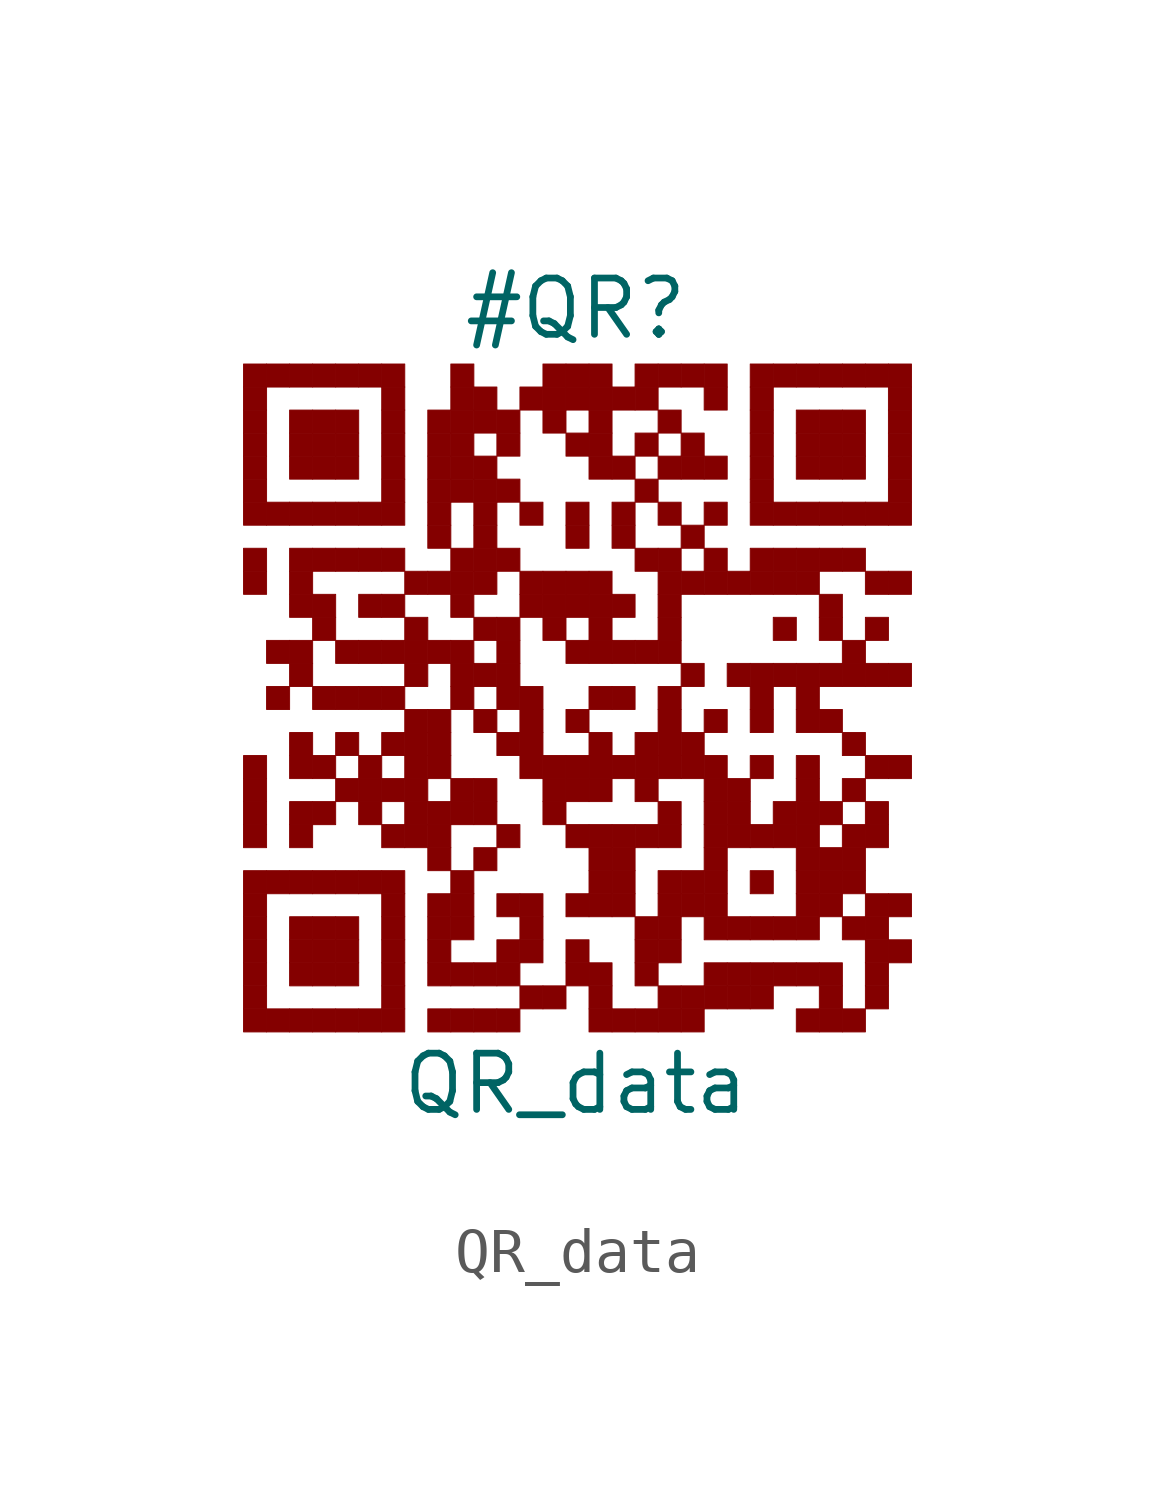
<source format=kicad_sym>
(kicad_symbol_lib
  (version 20211014)
  (generator kibot)
  (symbol "QR_data"
    (pin_numbers hide)
    (pin_names hide)
    (property "Reference" "#QR"
      (at 0 8.75 0)
      (effects (font (size 1.27 1.27))))
    (property "Value" "QR_data"
      (at 0 -8.75 0)
      (effects (font (size 1.27 1.27))))
    (rectangle
      (start -7.5 7.5)
      (end -6.98 6.98)
      (stroke (width 0.001) (type default))
      (fill (type outline)))
    (rectangle
      (start -6.98 7.5)
      (end -6.46 6.98)
      (stroke (width 0.001) (type default))
      (fill (type outline)))
    (rectangle
      (start -6.46 7.5)
      (end -5.94 6.98)
      (stroke (width 0.001) (type default))
      (fill (type outline)))
    (rectangle
      (start -5.94 7.5)
      (end -5.42 6.98)
      (stroke (width 0.001) (type default))
      (fill (type outline)))
    (rectangle
      (start -5.42 7.5)
      (end -4.9 6.98)
      (stroke (width 0.001) (type default))
      (fill (type outline)))
    (rectangle
      (start -4.9 7.5)
      (end -4.38 6.98)
      (stroke (width 0.001) (type default))
      (fill (type outline)))
    (rectangle
      (start -4.38 7.5)
      (end -3.86 6.98)
      (stroke (width 0.001) (type default))
      (fill (type outline)))
    (rectangle
      (start -2.82 7.5)
      (end -2.3 6.98)
      (stroke (width 0.001) (type default))
      (fill (type outline)))
    (rectangle
      (start -0.74 7.5)
      (end -0.22 6.98)
      (stroke (width 0.001) (type default))
      (fill (type outline)))
    (rectangle
      (start -0.22 7.5)
      (end 0.3 6.98)
      (stroke (width 0.001) (type default))
      (fill (type outline)))
    (rectangle
      (start 0.3 7.5)
      (end 0.82 6.98)
      (stroke (width 0.001) (type default))
      (fill (type outline)))
    (rectangle
      (start 1.34 7.5)
      (end 1.86 6.98)
      (stroke (width 0.001) (type default))
      (fill (type outline)))
    (rectangle
      (start 1.86 7.5)
      (end 2.38 6.98)
      (stroke (width 0.001) (type default))
      (fill (type outline)))
    (rectangle
      (start 2.38 7.5)
      (end 2.9 6.98)
      (stroke (width 0.001) (type default))
      (fill (type outline)))
    (rectangle
      (start 2.9 7.5)
      (end 3.42 6.98)
      (stroke (width 0.001) (type default))
      (fill (type outline)))
    (rectangle
      (start 3.94 7.5)
      (end 4.46 6.98)
      (stroke (width 0.001) (type default))
      (fill (type outline)))
    (rectangle
      (start 4.46 7.5)
      (end 4.98 6.98)
      (stroke (width 0.001) (type default))
      (fill (type outline)))
    (rectangle
      (start 4.98 7.5)
      (end 5.5 6.98)
      (stroke (width 0.001) (type default))
      (fill (type outline)))
    (rectangle
      (start 5.5 7.5)
      (end 6.02 6.98)
      (stroke (width 0.001) (type default))
      (fill (type outline)))
    (rectangle
      (start 6.02 7.5)
      (end 6.54 6.98)
      (stroke (width 0.001) (type default))
      (fill (type outline)))
    (rectangle
      (start 6.54 7.5)
      (end 7.06 6.98)
      (stroke (width 0.001) (type default))
      (fill (type outline)))
    (rectangle
      (start 7.06 7.5)
      (end 7.58 6.98)
      (stroke (width 0.001) (type default))
      (fill (type outline)))
    (rectangle
      (start -7.5 6.98)
      (end -6.98 6.46)
      (stroke (width 0.001) (type default))
      (fill (type outline)))
    (rectangle
      (start -4.38 6.98)
      (end -3.86 6.46)
      (stroke (width 0.001) (type default))
      (fill (type outline)))
    (rectangle
      (start -2.82 6.98)
      (end -2.3 6.46)
      (stroke (width 0.001) (type default))
      (fill (type outline)))
    (rectangle
      (start -2.3 6.98)
      (end -1.78 6.46)
      (stroke (width 0.001) (type default))
      (fill (type outline)))
    (rectangle
      (start -1.26 6.98)
      (end -0.74 6.46)
      (stroke (width 0.001) (type default))
      (fill (type outline)))
    (rectangle
      (start -0.74 6.98)
      (end -0.22 6.46)
      (stroke (width 0.001) (type default))
      (fill (type outline)))
    (rectangle
      (start -0.22 6.98)
      (end 0.3 6.46)
      (stroke (width 0.001) (type default))
      (fill (type outline)))
    (rectangle
      (start 0.3 6.98)
      (end 0.82 6.46)
      (stroke (width 0.001) (type default))
      (fill (type outline)))
    (rectangle
      (start 0.82 6.98)
      (end 1.34 6.46)
      (stroke (width 0.001) (type default))
      (fill (type outline)))
    (rectangle
      (start 1.34 6.98)
      (end 1.86 6.46)
      (stroke (width 0.001) (type default))
      (fill (type outline)))
    (rectangle
      (start 2.9 6.98)
      (end 3.42 6.46)
      (stroke (width 0.001) (type default))
      (fill (type outline)))
    (rectangle
      (start 3.94 6.98)
      (end 4.46 6.46)
      (stroke (width 0.001) (type default))
      (fill (type outline)))
    (rectangle
      (start 7.06 6.98)
      (end 7.58 6.46)
      (stroke (width 0.001) (type default))
      (fill (type outline)))
    (rectangle
      (start -7.5 6.46)
      (end -6.98 5.94)
      (stroke (width 0.001) (type default))
      (fill (type outline)))
    (rectangle
      (start -6.46 6.46)
      (end -5.94 5.94)
      (stroke (width 0.001) (type default))
      (fill (type outline)))
    (rectangle
      (start -5.94 6.46)
      (end -5.42 5.94)
      (stroke (width 0.001) (type default))
      (fill (type outline)))
    (rectangle
      (start -5.42 6.46)
      (end -4.9 5.94)
      (stroke (width 0.001) (type default))
      (fill (type outline)))
    (rectangle
      (start -4.38 6.46)
      (end -3.86 5.94)
      (stroke (width 0.001) (type default))
      (fill (type outline)))
    (rectangle
      (start -3.34 6.46)
      (end -2.82 5.94)
      (stroke (width 0.001) (type default))
      (fill (type outline)))
    (rectangle
      (start -2.82 6.46)
      (end -2.3 5.94)
      (stroke (width 0.001) (type default))
      (fill (type outline)))
    (rectangle
      (start -2.3 6.46)
      (end -1.78 5.94)
      (stroke (width 0.001) (type default))
      (fill (type outline)))
    (rectangle
      (start -1.78 6.46)
      (end -1.26 5.94)
      (stroke (width 0.001) (type default))
      (fill (type outline)))
    (rectangle
      (start -0.74 6.46)
      (end -0.22 5.94)
      (stroke (width 0.001) (type default))
      (fill (type outline)))
    (rectangle
      (start 0.3 6.46)
      (end 0.82 5.94)
      (stroke (width 0.001) (type default))
      (fill (type outline)))
    (rectangle
      (start 1.86 6.46)
      (end 2.38 5.94)
      (stroke (width 0.001) (type default))
      (fill (type outline)))
    (rectangle
      (start 3.94 6.46)
      (end 4.46 5.94)
      (stroke (width 0.001) (type default))
      (fill (type outline)))
    (rectangle
      (start 4.98 6.46)
      (end 5.5 5.94)
      (stroke (width 0.001) (type default))
      (fill (type outline)))
    (rectangle
      (start 5.5 6.46)
      (end 6.02 5.94)
      (stroke (width 0.001) (type default))
      (fill (type outline)))
    (rectangle
      (start 6.02 6.46)
      (end 6.54 5.94)
      (stroke (width 0.001) (type default))
      (fill (type outline)))
    (rectangle
      (start 7.06 6.46)
      (end 7.58 5.94)
      (stroke (width 0.001) (type default))
      (fill (type outline)))
    (rectangle
      (start -7.5 5.94)
      (end -6.98 5.42)
      (stroke (width 0.001) (type default))
      (fill (type outline)))
    (rectangle
      (start -6.46 5.94)
      (end -5.94 5.42)
      (stroke (width 0.001) (type default))
      (fill (type outline)))
    (rectangle
      (start -5.94 5.94)
      (end -5.42 5.42)
      (stroke (width 0.001) (type default))
      (fill (type outline)))
    (rectangle
      (start -5.42 5.94)
      (end -4.9 5.42)
      (stroke (width 0.001) (type default))
      (fill (type outline)))
    (rectangle
      (start -4.38 5.94)
      (end -3.86 5.42)
      (stroke (width 0.001) (type default))
      (fill (type outline)))
    (rectangle
      (start -3.34 5.94)
      (end -2.82 5.42)
      (stroke (width 0.001) (type default))
      (fill (type outline)))
    (rectangle
      (start -2.82 5.94)
      (end -2.3 5.42)
      (stroke (width 0.001) (type default))
      (fill (type outline)))
    (rectangle
      (start -1.78 5.94)
      (end -1.26 5.42)
      (stroke (width 0.001) (type default))
      (fill (type outline)))
    (rectangle
      (start -0.22 5.94)
      (end 0.3 5.42)
      (stroke (width 0.001) (type default))
      (fill (type outline)))
    (rectangle
      (start 0.3 5.94)
      (end 0.82 5.42)
      (stroke (width 0.001) (type default))
      (fill (type outline)))
    (rectangle
      (start 1.34 5.94)
      (end 1.86 5.42)
      (stroke (width 0.001) (type default))
      (fill (type outline)))
    (rectangle
      (start 2.38 5.94)
      (end 2.9 5.42)
      (stroke (width 0.001) (type default))
      (fill (type outline)))
    (rectangle
      (start 3.94 5.94)
      (end 4.46 5.42)
      (stroke (width 0.001) (type default))
      (fill (type outline)))
    (rectangle
      (start 4.98 5.94)
      (end 5.5 5.42)
      (stroke (width 0.001) (type default))
      (fill (type outline)))
    (rectangle
      (start 5.5 5.94)
      (end 6.02 5.42)
      (stroke (width 0.001) (type default))
      (fill (type outline)))
    (rectangle
      (start 6.02 5.94)
      (end 6.54 5.42)
      (stroke (width 0.001) (type default))
      (fill (type outline)))
    (rectangle
      (start 7.06 5.94)
      (end 7.58 5.42)
      (stroke (width 0.001) (type default))
      (fill (type outline)))
    (rectangle
      (start -7.5 5.42)
      (end -6.98 4.9)
      (stroke (width 0.001) (type default))
      (fill (type outline)))
    (rectangle
      (start -6.46 5.42)
      (end -5.94 4.9)
      (stroke (width 0.001) (type default))
      (fill (type outline)))
    (rectangle
      (start -5.94 5.42)
      (end -5.42 4.9)
      (stroke (width 0.001) (type default))
      (fill (type outline)))
    (rectangle
      (start -5.42 5.42)
      (end -4.9 4.9)
      (stroke (width 0.001) (type default))
      (fill (type outline)))
    (rectangle
      (start -4.38 5.42)
      (end -3.86 4.9)
      (stroke (width 0.001) (type default))
      (fill (type outline)))
    (rectangle
      (start -3.34 5.42)
      (end -2.82 4.9)
      (stroke (width 0.001) (type default))
      (fill (type outline)))
    (rectangle
      (start -2.82 5.42)
      (end -2.3 4.9)
      (stroke (width 0.001) (type default))
      (fill (type outline)))
    (rectangle
      (start -2.3 5.42)
      (end -1.78 4.9)
      (stroke (width 0.001) (type default))
      (fill (type outline)))
    (rectangle
      (start 0.3 5.42)
      (end 0.82 4.9)
      (stroke (width 0.001) (type default))
      (fill (type outline)))
    (rectangle
      (start 0.82 5.42)
      (end 1.34 4.9)
      (stroke (width 0.001) (type default))
      (fill (type outline)))
    (rectangle
      (start 1.86 5.42)
      (end 2.38 4.9)
      (stroke (width 0.001) (type default))
      (fill (type outline)))
    (rectangle
      (start 2.38 5.42)
      (end 2.9 4.9)
      (stroke (width 0.001) (type default))
      (fill (type outline)))
    (rectangle
      (start 2.9 5.42)
      (end 3.42 4.9)
      (stroke (width 0.001) (type default))
      (fill (type outline)))
    (rectangle
      (start 3.94 5.42)
      (end 4.46 4.9)
      (stroke (width 0.001) (type default))
      (fill (type outline)))
    (rectangle
      (start 4.98 5.42)
      (end 5.5 4.9)
      (stroke (width 0.001) (type default))
      (fill (type outline)))
    (rectangle
      (start 5.5 5.42)
      (end 6.02 4.9)
      (stroke (width 0.001) (type default))
      (fill (type outline)))
    (rectangle
      (start 6.02 5.42)
      (end 6.54 4.9)
      (stroke (width 0.001) (type default))
      (fill (type outline)))
    (rectangle
      (start 7.06 5.42)
      (end 7.58 4.9)
      (stroke (width 0.001) (type default))
      (fill (type outline)))
    (rectangle
      (start -7.5 4.9)
      (end -6.98 4.38)
      (stroke (width 0.001) (type default))
      (fill (type outline)))
    (rectangle
      (start -4.38 4.9)
      (end -3.86 4.38)
      (stroke (width 0.001) (type default))
      (fill (type outline)))
    (rectangle
      (start -3.34 4.9)
      (end -2.82 4.38)
      (stroke (width 0.001) (type default))
      (fill (type outline)))
    (rectangle
      (start -2.82 4.9)
      (end -2.3 4.38)
      (stroke (width 0.001) (type default))
      (fill (type outline)))
    (rectangle
      (start -2.3 4.9)
      (end -1.78 4.38)
      (stroke (width 0.001) (type default))
      (fill (type outline)))
    (rectangle
      (start -1.78 4.9)
      (end -1.26 4.38)
      (stroke (width 0.001) (type default))
      (fill (type outline)))
    (rectangle
      (start 1.34 4.9)
      (end 1.86 4.38)
      (stroke (width 0.001) (type default))
      (fill (type outline)))
    (rectangle
      (start 3.94 4.9)
      (end 4.46 4.38)
      (stroke (width 0.001) (type default))
      (fill (type outline)))
    (rectangle
      (start 7.06 4.9)
      (end 7.58 4.38)
      (stroke (width 0.001) (type default))
      (fill (type outline)))
    (rectangle
      (start -7.5 4.38)
      (end -6.98 3.86)
      (stroke (width 0.001) (type default))
      (fill (type outline)))
    (rectangle
      (start -6.98 4.38)
      (end -6.46 3.86)
      (stroke (width 0.001) (type default))
      (fill (type outline)))
    (rectangle
      (start -6.46 4.38)
      (end -5.94 3.86)
      (stroke (width 0.001) (type default))
      (fill (type outline)))
    (rectangle
      (start -5.94 4.38)
      (end -5.42 3.86)
      (stroke (width 0.001) (type default))
      (fill (type outline)))
    (rectangle
      (start -5.42 4.38)
      (end -4.9 3.86)
      (stroke (width 0.001) (type default))
      (fill (type outline)))
    (rectangle
      (start -4.9 4.38)
      (end -4.38 3.86)
      (stroke (width 0.001) (type default))
      (fill (type outline)))
    (rectangle
      (start -4.38 4.38)
      (end -3.86 3.86)
      (stroke (width 0.001) (type default))
      (fill (type outline)))
    (rectangle
      (start -3.34 4.38)
      (end -2.82 3.86)
      (stroke (width 0.001) (type default))
      (fill (type outline)))
    (rectangle
      (start -2.3 4.38)
      (end -1.78 3.86)
      (stroke (width 0.001) (type default))
      (fill (type outline)))
    (rectangle
      (start -1.26 4.38)
      (end -0.74 3.86)
      (stroke (width 0.001) (type default))
      (fill (type outline)))
    (rectangle
      (start -0.22 4.38)
      (end 0.3 3.86)
      (stroke (width 0.001) (type default))
      (fill (type outline)))
    (rectangle
      (start 0.82 4.38)
      (end 1.34 3.86)
      (stroke (width 0.001) (type default))
      (fill (type outline)))
    (rectangle
      (start 1.86 4.38)
      (end 2.38 3.86)
      (stroke (width 0.001) (type default))
      (fill (type outline)))
    (rectangle
      (start 2.9 4.38)
      (end 3.42 3.86)
      (stroke (width 0.001) (type default))
      (fill (type outline)))
    (rectangle
      (start 3.94 4.38)
      (end 4.46 3.86)
      (stroke (width 0.001) (type default))
      (fill (type outline)))
    (rectangle
      (start 4.46 4.38)
      (end 4.98 3.86)
      (stroke (width 0.001) (type default))
      (fill (type outline)))
    (rectangle
      (start 4.98 4.38)
      (end 5.5 3.86)
      (stroke (width 0.001) (type default))
      (fill (type outline)))
    (rectangle
      (start 5.5 4.38)
      (end 6.02 3.86)
      (stroke (width 0.001) (type default))
      (fill (type outline)))
    (rectangle
      (start 6.02 4.38)
      (end 6.54 3.86)
      (stroke (width 0.001) (type default))
      (fill (type outline)))
    (rectangle
      (start 6.54 4.38)
      (end 7.06 3.86)
      (stroke (width 0.001) (type default))
      (fill (type outline)))
    (rectangle
      (start 7.06 4.38)
      (end 7.58 3.86)
      (stroke (width 0.001) (type default))
      (fill (type outline)))
    (rectangle
      (start -3.34 3.86)
      (end -2.82 3.34)
      (stroke (width 0.001) (type default))
      (fill (type outline)))
    (rectangle
      (start -2.3 3.86)
      (end -1.78 3.34)
      (stroke (width 0.001) (type default))
      (fill (type outline)))
    (rectangle
      (start -0.22 3.86)
      (end 0.3 3.34)
      (stroke (width 0.001) (type default))
      (fill (type outline)))
    (rectangle
      (start 0.82 3.86)
      (end 1.34 3.34)
      (stroke (width 0.001) (type default))
      (fill (type outline)))
    (rectangle
      (start 2.38 3.86)
      (end 2.9 3.34)
      (stroke (width 0.001) (type default))
      (fill (type outline)))
    (rectangle
      (start -7.5 3.34)
      (end -6.98 2.82)
      (stroke (width 0.001) (type default))
      (fill (type outline)))
    (rectangle
      (start -6.46 3.34)
      (end -5.94 2.82)
      (stroke (width 0.001) (type default))
      (fill (type outline)))
    (rectangle
      (start -5.94 3.34)
      (end -5.42 2.82)
      (stroke (width 0.001) (type default))
      (fill (type outline)))
    (rectangle
      (start -5.42 3.34)
      (end -4.9 2.82)
      (stroke (width 0.001) (type default))
      (fill (type outline)))
    (rectangle
      (start -4.9 3.34)
      (end -4.38 2.82)
      (stroke (width 0.001) (type default))
      (fill (type outline)))
    (rectangle
      (start -4.38 3.34)
      (end -3.86 2.82)
      (stroke (width 0.001) (type default))
      (fill (type outline)))
    (rectangle
      (start -2.82 3.34)
      (end -2.3 2.82)
      (stroke (width 0.001) (type default))
      (fill (type outline)))
    (rectangle
      (start -2.3 3.34)
      (end -1.78 2.82)
      (stroke (width 0.001) (type default))
      (fill (type outline)))
    (rectangle
      (start -1.78 3.34)
      (end -1.26 2.82)
      (stroke (width 0.001) (type default))
      (fill (type outline)))
    (rectangle
      (start 1.34 3.34)
      (end 1.86 2.82)
      (stroke (width 0.001) (type default))
      (fill (type outline)))
    (rectangle
      (start 1.86 3.34)
      (end 2.38 2.82)
      (stroke (width 0.001) (type default))
      (fill (type outline)))
    (rectangle
      (start 2.9 3.34)
      (end 3.42 2.82)
      (stroke (width 0.001) (type default))
      (fill (type outline)))
    (rectangle
      (start 3.94 3.34)
      (end 4.46 2.82)
      (stroke (width 0.001) (type default))
      (fill (type outline)))
    (rectangle
      (start 4.46 3.34)
      (end 4.98 2.82)
      (stroke (width 0.001) (type default))
      (fill (type outline)))
    (rectangle
      (start 4.98 3.34)
      (end 5.5 2.82)
      (stroke (width 0.001) (type default))
      (fill (type outline)))
    (rectangle
      (start 5.5 3.34)
      (end 6.02 2.82)
      (stroke (width 0.001) (type default))
      (fill (type outline)))
    (rectangle
      (start 6.02 3.34)
      (end 6.54 2.82)
      (stroke (width 0.001) (type default))
      (fill (type outline)))
    (rectangle
      (start -7.5 2.82)
      (end -6.98 2.3)
      (stroke (width 0.001) (type default))
      (fill (type outline)))
    (rectangle
      (start -6.46 2.82)
      (end -5.94 2.3)
      (stroke (width 0.001) (type default))
      (fill (type outline)))
    (rectangle
      (start -3.86 2.82)
      (end -3.34 2.3)
      (stroke (width 0.001) (type default))
      (fill (type outline)))
    (rectangle
      (start -3.34 2.82)
      (end -2.82 2.3)
      (stroke (width 0.001) (type default))
      (fill (type outline)))
    (rectangle
      (start -2.82 2.82)
      (end -2.3 2.3)
      (stroke (width 0.001) (type default))
      (fill (type outline)))
    (rectangle
      (start -2.3 2.82)
      (end -1.78 2.3)
      (stroke (width 0.001) (type default))
      (fill (type outline)))
    (rectangle
      (start -1.26 2.82)
      (end -0.74 2.3)
      (stroke (width 0.001) (type default))
      (fill (type outline)))
    (rectangle
      (start -0.74 2.82)
      (end -0.22 2.3)
      (stroke (width 0.001) (type default))
      (fill (type outline)))
    (rectangle
      (start -0.22 2.82)
      (end 0.3 2.3)
      (stroke (width 0.001) (type default))
      (fill (type outline)))
    (rectangle
      (start 0.3 2.82)
      (end 0.82 2.3)
      (stroke (width 0.001) (type default))
      (fill (type outline)))
    (rectangle
      (start 1.86 2.82)
      (end 2.38 2.3)
      (stroke (width 0.001) (type default))
      (fill (type outline)))
    (rectangle
      (start 2.38 2.82)
      (end 2.9 2.3)
      (stroke (width 0.001) (type default))
      (fill (type outline)))
    (rectangle
      (start 2.9 2.82)
      (end 3.42 2.3)
      (stroke (width 0.001) (type default))
      (fill (type outline)))
    (rectangle
      (start 3.42 2.82)
      (end 3.94 2.3)
      (stroke (width 0.001) (type default))
      (fill (type outline)))
    (rectangle
      (start 3.94 2.82)
      (end 4.46 2.3)
      (stroke (width 0.001) (type default))
      (fill (type outline)))
    (rectangle
      (start 4.46 2.82)
      (end 4.98 2.3)
      (stroke (width 0.001) (type default))
      (fill (type outline)))
    (rectangle
      (start 4.98 2.82)
      (end 5.5 2.3)
      (stroke (width 0.001) (type default))
      (fill (type outline)))
    (rectangle
      (start 6.54 2.82)
      (end 7.06 2.3)
      (stroke (width 0.001) (type default))
      (fill (type outline)))
    (rectangle
      (start 7.06 2.82)
      (end 7.58 2.3)
      (stroke (width 0.001) (type default))
      (fill (type outline)))
    (rectangle
      (start -6.46 2.3)
      (end -5.94 1.78)
      (stroke (width 0.001) (type default))
      (fill (type outline)))
    (rectangle
      (start -5.94 2.3)
      (end -5.42 1.78)
      (stroke (width 0.001) (type default))
      (fill (type outline)))
    (rectangle
      (start -4.9 2.3)
      (end -4.38 1.78)
      (stroke (width 0.001) (type default))
      (fill (type outline)))
    (rectangle
      (start -4.38 2.3)
      (end -3.86 1.78)
      (stroke (width 0.001) (type default))
      (fill (type outline)))
    (rectangle
      (start -2.82 2.3)
      (end -2.3 1.78)
      (stroke (width 0.001) (type default))
      (fill (type outline)))
    (rectangle
      (start -1.26 2.3)
      (end -0.74 1.78)
      (stroke (width 0.001) (type default))
      (fill (type outline)))
    (rectangle
      (start -0.74 2.3)
      (end -0.22 1.78)
      (stroke (width 0.001) (type default))
      (fill (type outline)))
    (rectangle
      (start -0.22 2.3)
      (end 0.3 1.78)
      (stroke (width 0.001) (type default))
      (fill (type outline)))
    (rectangle
      (start 0.3 2.3)
      (end 0.82 1.78)
      (stroke (width 0.001) (type default))
      (fill (type outline)))
    (rectangle
      (start 0.82 2.3)
      (end 1.34 1.78)
      (stroke (width 0.001) (type default))
      (fill (type outline)))
    (rectangle
      (start 1.86 2.3)
      (end 2.38 1.78)
      (stroke (width 0.001) (type default))
      (fill (type outline)))
    (rectangle
      (start 5.5 2.3)
      (end 6.02 1.78)
      (stroke (width 0.001) (type default))
      (fill (type outline)))
    (rectangle
      (start -5.94 1.78)
      (end -5.42 1.26)
      (stroke (width 0.001) (type default))
      (fill (type outline)))
    (rectangle
      (start -3.86 1.78)
      (end -3.34 1.26)
      (stroke (width 0.001) (type default))
      (fill (type outline)))
    (rectangle
      (start -2.3 1.78)
      (end -1.78 1.26)
      (stroke (width 0.001) (type default))
      (fill (type outline)))
    (rectangle
      (start -1.78 1.78)
      (end -1.26 1.26)
      (stroke (width 0.001) (type default))
      (fill (type outline)))
    (rectangle
      (start -0.74 1.78)
      (end -0.22 1.26)
      (stroke (width 0.001) (type default))
      (fill (type outline)))
    (rectangle
      (start 0.3 1.78)
      (end 0.82 1.26)
      (stroke (width 0.001) (type default))
      (fill (type outline)))
    (rectangle
      (start 1.86 1.78)
      (end 2.38 1.26)
      (stroke (width 0.001) (type default))
      (fill (type outline)))
    (rectangle
      (start 4.46 1.78)
      (end 4.98 1.26)
      (stroke (width 0.001) (type default))
      (fill (type outline)))
    (rectangle
      (start 5.5 1.78)
      (end 6.02 1.26)
      (stroke (width 0.001) (type default))
      (fill (type outline)))
    (rectangle
      (start 6.54 1.78)
      (end 7.06 1.26)
      (stroke (width 0.001) (type default))
      (fill (type outline)))
    (rectangle
      (start -6.98 1.26)
      (end -6.46 0.74)
      (stroke (width 0.001) (type default))
      (fill (type outline)))
    (rectangle
      (start -6.46 1.26)
      (end -5.94 0.74)
      (stroke (width 0.001) (type default))
      (fill (type outline)))
    (rectangle
      (start -5.42 1.26)
      (end -4.9 0.74)
      (stroke (width 0.001) (type default))
      (fill (type outline)))
    (rectangle
      (start -4.9 1.26)
      (end -4.38 0.74)
      (stroke (width 0.001) (type default))
      (fill (type outline)))
    (rectangle
      (start -4.38 1.26)
      (end -3.86 0.74)
      (stroke (width 0.001) (type default))
      (fill (type outline)))
    (rectangle
      (start -3.86 1.26)
      (end -3.34 0.74)
      (stroke (width 0.001) (type default))
      (fill (type outline)))
    (rectangle
      (start -3.34 1.26)
      (end -2.82 0.74)
      (stroke (width 0.001) (type default))
      (fill (type outline)))
    (rectangle
      (start -2.82 1.26)
      (end -2.3 0.74)
      (stroke (width 0.001) (type default))
      (fill (type outline)))
    (rectangle
      (start -1.78 1.26)
      (end -1.26 0.74)
      (stroke (width 0.001) (type default))
      (fill (type outline)))
    (rectangle
      (start -0.22 1.26)
      (end 0.3 0.74)
      (stroke (width 0.001) (type default))
      (fill (type outline)))
    (rectangle
      (start 0.3 1.26)
      (end 0.82 0.74)
      (stroke (width 0.001) (type default))
      (fill (type outline)))
    (rectangle
      (start 0.82 1.26)
      (end 1.34 0.74)
      (stroke (width 0.001) (type default))
      (fill (type outline)))
    (rectangle
      (start 1.34 1.26)
      (end 1.86 0.74)
      (stroke (width 0.001) (type default))
      (fill (type outline)))
    (rectangle
      (start 1.86 1.26)
      (end 2.38 0.74)
      (stroke (width 0.001) (type default))
      (fill (type outline)))
    (rectangle
      (start 6.02 1.26)
      (end 6.54 0.74)
      (stroke (width 0.001) (type default))
      (fill (type outline)))
    (rectangle
      (start -6.46 0.74)
      (end -5.94 0.22)
      (stroke (width 0.001) (type default))
      (fill (type outline)))
    (rectangle
      (start -3.86 0.74)
      (end -3.34 0.22)
      (stroke (width 0.001) (type default))
      (fill (type outline)))
    (rectangle
      (start -2.82 0.74)
      (end -2.3 0.22)
      (stroke (width 0.001) (type default))
      (fill (type outline)))
    (rectangle
      (start -2.3 0.74)
      (end -1.78 0.22)
      (stroke (width 0.001) (type default))
      (fill (type outline)))
    (rectangle
      (start -1.78 0.74)
      (end -1.26 0.22)
      (stroke (width 0.001) (type default))
      (fill (type outline)))
    (rectangle
      (start 2.38 0.74)
      (end 2.9 0.22)
      (stroke (width 0.001) (type default))
      (fill (type outline)))
    (rectangle
      (start 3.42 0.74)
      (end 3.94 0.22)
      (stroke (width 0.001) (type default))
      (fill (type outline)))
    (rectangle
      (start 3.94 0.74)
      (end 4.46 0.22)
      (stroke (width 0.001) (type default))
      (fill (type outline)))
    (rectangle
      (start 4.46 0.74)
      (end 4.98 0.22)
      (stroke (width 0.001) (type default))
      (fill (type outline)))
    (rectangle
      (start 4.98 0.74)
      (end 5.5 0.22)
      (stroke (width 0.001) (type default))
      (fill (type outline)))
    (rectangle
      (start 5.5 0.74)
      (end 6.02 0.22)
      (stroke (width 0.001) (type default))
      (fill (type outline)))
    (rectangle
      (start 6.02 0.74)
      (end 6.54 0.22)
      (stroke (width 0.001) (type default))
      (fill (type outline)))
    (rectangle
      (start 6.54 0.74)
      (end 7.06 0.22)
      (stroke (width 0.001) (type default))
      (fill (type outline)))
    (rectangle
      (start 7.06 0.74)
      (end 7.58 0.22)
      (stroke (width 0.001) (type default))
      (fill (type outline)))
    (rectangle
      (start -6.98 0.22)
      (end -6.46 -0.3)
      (stroke (width 0.001) (type default))
      (fill (type outline)))
    (rectangle
      (start -5.94 0.22)
      (end -5.42 -0.3)
      (stroke (width 0.001) (type default))
      (fill (type outline)))
    (rectangle
      (start -5.42 0.22)
      (end -4.9 -0.3)
      (stroke (width 0.001) (type default))
      (fill (type outline)))
    (rectangle
      (start -4.9 0.22)
      (end -4.38 -0.3)
      (stroke (width 0.001) (type default))
      (fill (type outline)))
    (rectangle
      (start -4.38 0.22)
      (end -3.86 -0.3)
      (stroke (width 0.001) (type default))
      (fill (type outline)))
    (rectangle
      (start -2.82 0.22)
      (end -2.3 -0.3)
      (stroke (width 0.001) (type default))
      (fill (type outline)))
    (rectangle
      (start -1.78 0.22)
      (end -1.26 -0.3)
      (stroke (width 0.001) (type default))
      (fill (type outline)))
    (rectangle
      (start -1.26 0.22)
      (end -0.74 -0.3)
      (stroke (width 0.001) (type default))
      (fill (type outline)))
    (rectangle
      (start 0.3 0.22)
      (end 0.82 -0.3)
      (stroke (width 0.001) (type default))
      (fill (type outline)))
    (rectangle
      (start 0.82 0.22)
      (end 1.34 -0.3)
      (stroke (width 0.001) (type default))
      (fill (type outline)))
    (rectangle
      (start 1.86 0.22)
      (end 2.38 -0.3)
      (stroke (width 0.001) (type default))
      (fill (type outline)))
    (rectangle
      (start 3.94 0.22)
      (end 4.46 -0.3)
      (stroke (width 0.001) (type default))
      (fill (type outline)))
    (rectangle
      (start 4.98 0.22)
      (end 5.5 -0.3)
      (stroke (width 0.001) (type default))
      (fill (type outline)))
    (rectangle
      (start -3.86 -0.3)
      (end -3.34 -0.82)
      (stroke (width 0.001) (type default))
      (fill (type outline)))
    (rectangle
      (start -3.34 -0.3)
      (end -2.82 -0.82)
      (stroke (width 0.001) (type default))
      (fill (type outline)))
    (rectangle
      (start -2.3 -0.3)
      (end -1.78 -0.82)
      (stroke (width 0.001) (type default))
      (fill (type outline)))
    (rectangle
      (start -1.26 -0.3)
      (end -0.74 -0.82)
      (stroke (width 0.001) (type default))
      (fill (type outline)))
    (rectangle
      (start -0.22 -0.3)
      (end 0.3 -0.82)
      (stroke (width 0.001) (type default))
      (fill (type outline)))
    (rectangle
      (start 1.86 -0.3)
      (end 2.38 -0.82)
      (stroke (width 0.001) (type default))
      (fill (type outline)))
    (rectangle
      (start 2.9 -0.3)
      (end 3.42 -0.82)
      (stroke (width 0.001) (type default))
      (fill (type outline)))
    (rectangle
      (start 3.94 -0.3)
      (end 4.46 -0.82)
      (stroke (width 0.001) (type default))
      (fill (type outline)))
    (rectangle
      (start 4.98 -0.3)
      (end 5.5 -0.82)
      (stroke (width 0.001) (type default))
      (fill (type outline)))
    (rectangle
      (start 5.5 -0.3)
      (end 6.02 -0.82)
      (stroke (width 0.001) (type default))
      (fill (type outline)))
    (rectangle
      (start -6.46 -0.82)
      (end -5.94 -1.34)
      (stroke (width 0.001) (type default))
      (fill (type outline)))
    (rectangle
      (start -5.42 -0.82)
      (end -4.9 -1.34)
      (stroke (width 0.001) (type default))
      (fill (type outline)))
    (rectangle
      (start -4.38 -0.82)
      (end -3.86 -1.34)
      (stroke (width 0.001) (type default))
      (fill (type outline)))
    (rectangle
      (start -3.86 -0.82)
      (end -3.34 -1.34)
      (stroke (width 0.001) (type default))
      (fill (type outline)))
    (rectangle
      (start -3.34 -0.82)
      (end -2.82 -1.34)
      (stroke (width 0.001) (type default))
      (fill (type outline)))
    (rectangle
      (start -1.78 -0.82)
      (end -1.26 -1.34)
      (stroke (width 0.001) (type default))
      (fill (type outline)))
    (rectangle
      (start -1.26 -0.82)
      (end -0.74 -1.34)
      (stroke (width 0.001) (type default))
      (fill (type outline)))
    (rectangle
      (start 0.3 -0.82)
      (end 0.82 -1.34)
      (stroke (width 0.001) (type default))
      (fill (type outline)))
    (rectangle
      (start 1.34 -0.82)
      (end 1.86 -1.34)
      (stroke (width 0.001) (type default))
      (fill (type outline)))
    (rectangle
      (start 1.86 -0.82)
      (end 2.38 -1.34)
      (stroke (width 0.001) (type default))
      (fill (type outline)))
    (rectangle
      (start 2.38 -0.82)
      (end 2.9 -1.34)
      (stroke (width 0.001) (type default))
      (fill (type outline)))
    (rectangle
      (start 6.02 -0.82)
      (end 6.54 -1.34)
      (stroke (width 0.001) (type default))
      (fill (type outline)))
    (rectangle
      (start -7.5 -1.34)
      (end -6.98 -1.86)
      (stroke (width 0.001) (type default))
      (fill (type outline)))
    (rectangle
      (start -6.46 -1.34)
      (end -5.94 -1.86)
      (stroke (width 0.001) (type default))
      (fill (type outline)))
    (rectangle
      (start -5.94 -1.34)
      (end -5.42 -1.86)
      (stroke (width 0.001) (type default))
      (fill (type outline)))
    (rectangle
      (start -4.9 -1.34)
      (end -4.38 -1.86)
      (stroke (width 0.001) (type default))
      (fill (type outline)))
    (rectangle
      (start -3.86 -1.34)
      (end -3.34 -1.86)
      (stroke (width 0.001) (type default))
      (fill (type outline)))
    (rectangle
      (start -3.34 -1.34)
      (end -2.82 -1.86)
      (stroke (width 0.001) (type default))
      (fill (type outline)))
    (rectangle
      (start -1.26 -1.34)
      (end -0.74 -1.86)
      (stroke (width 0.001) (type default))
      (fill (type outline)))
    (rectangle
      (start -0.74 -1.34)
      (end -0.22 -1.86)
      (stroke (width 0.001) (type default))
      (fill (type outline)))
    (rectangle
      (start -0.22 -1.34)
      (end 0.3 -1.86)
      (stroke (width 0.001) (type default))
      (fill (type outline)))
    (rectangle
      (start 0.3 -1.34)
      (end 0.82 -1.86)
      (stroke (width 0.001) (type default))
      (fill (type outline)))
    (rectangle
      (start 0.82 -1.34)
      (end 1.34 -1.86)
      (stroke (width 0.001) (type default))
      (fill (type outline)))
    (rectangle
      (start 1.34 -1.34)
      (end 1.86 -1.86)
      (stroke (width 0.001) (type default))
      (fill (type outline)))
    (rectangle
      (start 1.86 -1.34)
      (end 2.38 -1.86)
      (stroke (width 0.001) (type default))
      (fill (type outline)))
    (rectangle
      (start 2.38 -1.34)
      (end 2.9 -1.86)
      (stroke (width 0.001) (type default))
      (fill (type outline)))
    (rectangle
      (start 2.9 -1.34)
      (end 3.42 -1.86)
      (stroke (width 0.001) (type default))
      (fill (type outline)))
    (rectangle
      (start 3.94 -1.34)
      (end 4.46 -1.86)
      (stroke (width 0.001) (type default))
      (fill (type outline)))
    (rectangle
      (start 4.98 -1.34)
      (end 5.5 -1.86)
      (stroke (width 0.001) (type default))
      (fill (type outline)))
    (rectangle
      (start 6.54 -1.34)
      (end 7.06 -1.86)
      (stroke (width 0.001) (type default))
      (fill (type outline)))
    (rectangle
      (start 7.06 -1.34)
      (end 7.58 -1.86)
      (stroke (width 0.001) (type default))
      (fill (type outline)))
    (rectangle
      (start -7.5 -1.86)
      (end -6.98 -2.38)
      (stroke (width 0.001) (type default))
      (fill (type outline)))
    (rectangle
      (start -5.42 -1.86)
      (end -4.9 -2.38)
      (stroke (width 0.001) (type default))
      (fill (type outline)))
    (rectangle
      (start -4.9 -1.86)
      (end -4.38 -2.38)
      (stroke (width 0.001) (type default))
      (fill (type outline)))
    (rectangle
      (start -4.38 -1.86)
      (end -3.86 -2.38)
      (stroke (width 0.001) (type default))
      (fill (type outline)))
    (rectangle
      (start -3.86 -1.86)
      (end -3.34 -2.38)
      (stroke (width 0.001) (type default))
      (fill (type outline)))
    (rectangle
      (start -2.82 -1.86)
      (end -2.3 -2.38)
      (stroke (width 0.001) (type default))
      (fill (type outline)))
    (rectangle
      (start -2.3 -1.86)
      (end -1.78 -2.38)
      (stroke (width 0.001) (type default))
      (fill (type outline)))
    (rectangle
      (start -0.74 -1.86)
      (end -0.22 -2.38)
      (stroke (width 0.001) (type default))
      (fill (type outline)))
    (rectangle
      (start -0.22 -1.86)
      (end 0.3 -2.38)
      (stroke (width 0.001) (type default))
      (fill (type outline)))
    (rectangle
      (start 0.3 -1.86)
      (end 0.82 -2.38)
      (stroke (width 0.001) (type default))
      (fill (type outline)))
    (rectangle
      (start 1.34 -1.86)
      (end 1.86 -2.38)
      (stroke (width 0.001) (type default))
      (fill (type outline)))
    (rectangle
      (start 2.9 -1.86)
      (end 3.42 -2.38)
      (stroke (width 0.001) (type default))
      (fill (type outline)))
    (rectangle
      (start 3.42 -1.86)
      (end 3.94 -2.38)
      (stroke (width 0.001) (type default))
      (fill (type outline)))
    (rectangle
      (start 4.98 -1.86)
      (end 5.5 -2.38)
      (stroke (width 0.001) (type default))
      (fill (type outline)))
    (rectangle
      (start 6.02 -1.86)
      (end 6.54 -2.38)
      (stroke (width 0.001) (type default))
      (fill (type outline)))
    (rectangle
      (start -7.5 -2.38)
      (end -6.98 -2.9)
      (stroke (width 0.001) (type default))
      (fill (type outline)))
    (rectangle
      (start -6.46 -2.38)
      (end -5.94 -2.9)
      (stroke (width 0.001) (type default))
      (fill (type outline)))
    (rectangle
      (start -5.94 -2.38)
      (end -5.42 -2.9)
      (stroke (width 0.001) (type default))
      (fill (type outline)))
    (rectangle
      (start -4.9 -2.38)
      (end -4.38 -2.9)
      (stroke (width 0.001) (type default))
      (fill (type outline)))
    (rectangle
      (start -3.86 -2.38)
      (end -3.34 -2.9)
      (stroke (width 0.001) (type default))
      (fill (type outline)))
    (rectangle
      (start -3.34 -2.38)
      (end -2.82 -2.9)
      (stroke (width 0.001) (type default))
      (fill (type outline)))
    (rectangle
      (start -2.82 -2.38)
      (end -2.3 -2.9)
      (stroke (width 0.001) (type default))
      (fill (type outline)))
    (rectangle
      (start -2.3 -2.38)
      (end -1.78 -2.9)
      (stroke (width 0.001) (type default))
      (fill (type outline)))
    (rectangle
      (start -0.74 -2.38)
      (end -0.22 -2.9)
      (stroke (width 0.001) (type default))
      (fill (type outline)))
    (rectangle
      (start 1.86 -2.38)
      (end 2.38 -2.9)
      (stroke (width 0.001) (type default))
      (fill (type outline)))
    (rectangle
      (start 2.9 -2.38)
      (end 3.42 -2.9)
      (stroke (width 0.001) (type default))
      (fill (type outline)))
    (rectangle
      (start 3.42 -2.38)
      (end 3.94 -2.9)
      (stroke (width 0.001) (type default))
      (fill (type outline)))
    (rectangle
      (start 4.46 -2.38)
      (end 4.98 -2.9)
      (stroke (width 0.001) (type default))
      (fill (type outline)))
    (rectangle
      (start 4.98 -2.38)
      (end 5.5 -2.9)
      (stroke (width 0.001) (type default))
      (fill (type outline)))
    (rectangle
      (start 5.5 -2.38)
      (end 6.02 -2.9)
      (stroke (width 0.001) (type default))
      (fill (type outline)))
    (rectangle
      (start 6.54 -2.38)
      (end 7.06 -2.9)
      (stroke (width 0.001) (type default))
      (fill (type outline)))
    (rectangle
      (start -7.5 -2.9)
      (end -6.98 -3.42)
      (stroke (width 0.001) (type default))
      (fill (type outline)))
    (rectangle
      (start -6.46 -2.9)
      (end -5.94 -3.42)
      (stroke (width 0.001) (type default))
      (fill (type outline)))
    (rectangle
      (start -4.38 -2.9)
      (end -3.86 -3.42)
      (stroke (width 0.001) (type default))
      (fill (type outline)))
    (rectangle
      (start -3.86 -2.9)
      (end -3.34 -3.42)
      (stroke (width 0.001) (type default))
      (fill (type outline)))
    (rectangle
      (start -3.34 -2.9)
      (end -2.82 -3.42)
      (stroke (width 0.001) (type default))
      (fill (type outline)))
    (rectangle
      (start -1.78 -2.9)
      (end -1.26 -3.42)
      (stroke (width 0.001) (type default))
      (fill (type outline)))
    (rectangle
      (start -0.22 -2.9)
      (end 0.3 -3.42)
      (stroke (width 0.001) (type default))
      (fill (type outline)))
    (rectangle
      (start 0.3 -2.9)
      (end 0.82 -3.42)
      (stroke (width 0.001) (type default))
      (fill (type outline)))
    (rectangle
      (start 0.82 -2.9)
      (end 1.34 -3.42)
      (stroke (width 0.001) (type default))
      (fill (type outline)))
    (rectangle
      (start 1.34 -2.9)
      (end 1.86 -3.42)
      (stroke (width 0.001) (type default))
      (fill (type outline)))
    (rectangle
      (start 1.86 -2.9)
      (end 2.38 -3.42)
      (stroke (width 0.001) (type default))
      (fill (type outline)))
    (rectangle
      (start 2.9 -2.9)
      (end 3.42 -3.42)
      (stroke (width 0.001) (type default))
      (fill (type outline)))
    (rectangle
      (start 3.42 -2.9)
      (end 3.94 -3.42)
      (stroke (width 0.001) (type default))
      (fill (type outline)))
    (rectangle
      (start 3.94 -2.9)
      (end 4.46 -3.42)
      (stroke (width 0.001) (type default))
      (fill (type outline)))
    (rectangle
      (start 4.46 -2.9)
      (end 4.98 -3.42)
      (stroke (width 0.001) (type default))
      (fill (type outline)))
    (rectangle
      (start 4.98 -2.9)
      (end 5.5 -3.42)
      (stroke (width 0.001) (type default))
      (fill (type outline)))
    (rectangle
      (start 6.02 -2.9)
      (end 6.54 -3.42)
      (stroke (width 0.001) (type default))
      (fill (type outline)))
    (rectangle
      (start 6.54 -2.9)
      (end 7.06 -3.42)
      (stroke (width 0.001) (type default))
      (fill (type outline)))
    (rectangle
      (start -3.34 -3.42)
      (end -2.82 -3.94)
      (stroke (width 0.001) (type default))
      (fill (type outline)))
    (rectangle
      (start -2.3 -3.42)
      (end -1.78 -3.94)
      (stroke (width 0.001) (type default))
      (fill (type outline)))
    (rectangle
      (start 0.3 -3.42)
      (end 0.82 -3.94)
      (stroke (width 0.001) (type default))
      (fill (type outline)))
    (rectangle
      (start 0.82 -3.42)
      (end 1.34 -3.94)
      (stroke (width 0.001) (type default))
      (fill (type outline)))
    (rectangle
      (start 2.9 -3.42)
      (end 3.42 -3.94)
      (stroke (width 0.001) (type default))
      (fill (type outline)))
    (rectangle
      (start 4.98 -3.42)
      (end 5.5 -3.94)
      (stroke (width 0.001) (type default))
      (fill (type outline)))
    (rectangle
      (start 5.5 -3.42)
      (end 6.02 -3.94)
      (stroke (width 0.001) (type default))
      (fill (type outline)))
    (rectangle
      (start 6.02 -3.42)
      (end 6.54 -3.94)
      (stroke (width 0.001) (type default))
      (fill (type outline)))
    (rectangle
      (start -7.5 -3.94)
      (end -6.98 -4.46)
      (stroke (width 0.001) (type default))
      (fill (type outline)))
    (rectangle
      (start -6.98 -3.94)
      (end -6.46 -4.46)
      (stroke (width 0.001) (type default))
      (fill (type outline)))
    (rectangle
      (start -6.46 -3.94)
      (end -5.94 -4.46)
      (stroke (width 0.001) (type default))
      (fill (type outline)))
    (rectangle
      (start -5.94 -3.94)
      (end -5.42 -4.46)
      (stroke (width 0.001) (type default))
      (fill (type outline)))
    (rectangle
      (start -5.42 -3.94)
      (end -4.9 -4.46)
      (stroke (width 0.001) (type default))
      (fill (type outline)))
    (rectangle
      (start -4.9 -3.94)
      (end -4.38 -4.46)
      (stroke (width 0.001) (type default))
      (fill (type outline)))
    (rectangle
      (start -4.38 -3.94)
      (end -3.86 -4.46)
      (stroke (width 0.001) (type default))
      (fill (type outline)))
    (rectangle
      (start -2.82 -3.94)
      (end -2.3 -4.46)
      (stroke (width 0.001) (type default))
      (fill (type outline)))
    (rectangle
      (start 0.3 -3.94)
      (end 0.82 -4.46)
      (stroke (width 0.001) (type default))
      (fill (type outline)))
    (rectangle
      (start 0.82 -3.94)
      (end 1.34 -4.46)
      (stroke (width 0.001) (type default))
      (fill (type outline)))
    (rectangle
      (start 1.86 -3.94)
      (end 2.38 -4.46)
      (stroke (width 0.001) (type default))
      (fill (type outline)))
    (rectangle
      (start 2.38 -3.94)
      (end 2.9 -4.46)
      (stroke (width 0.001) (type default))
      (fill (type outline)))
    (rectangle
      (start 2.9 -3.94)
      (end 3.42 -4.46)
      (stroke (width 0.001) (type default))
      (fill (type outline)))
    (rectangle
      (start 3.94 -3.94)
      (end 4.46 -4.46)
      (stroke (width 0.001) (type default))
      (fill (type outline)))
    (rectangle
      (start 4.98 -3.94)
      (end 5.5 -4.46)
      (stroke (width 0.001) (type default))
      (fill (type outline)))
    (rectangle
      (start 5.5 -3.94)
      (end 6.02 -4.46)
      (stroke (width 0.001) (type default))
      (fill (type outline)))
    (rectangle
      (start 6.02 -3.94)
      (end 6.54 -4.46)
      (stroke (width 0.001) (type default))
      (fill (type outline)))
    (rectangle
      (start -7.5 -4.46)
      (end -6.98 -4.98)
      (stroke (width 0.001) (type default))
      (fill (type outline)))
    (rectangle
      (start -4.38 -4.46)
      (end -3.86 -4.98)
      (stroke (width 0.001) (type default))
      (fill (type outline)))
    (rectangle
      (start -3.34 -4.46)
      (end -2.82 -4.98)
      (stroke (width 0.001) (type default))
      (fill (type outline)))
    (rectangle
      (start -2.82 -4.46)
      (end -2.3 -4.98)
      (stroke (width 0.001) (type default))
      (fill (type outline)))
    (rectangle
      (start -1.78 -4.46)
      (end -1.26 -4.98)
      (stroke (width 0.001) (type default))
      (fill (type outline)))
    (rectangle
      (start -1.26 -4.46)
      (end -0.74 -4.98)
      (stroke (width 0.001) (type default))
      (fill (type outline)))
    (rectangle
      (start -0.22 -4.46)
      (end 0.3 -4.98)
      (stroke (width 0.001) (type default))
      (fill (type outline)))
    (rectangle
      (start 0.3 -4.46)
      (end 0.82 -4.98)
      (stroke (width 0.001) (type default))
      (fill (type outline)))
    (rectangle
      (start 0.82 -4.46)
      (end 1.34 -4.98)
      (stroke (width 0.001) (type default))
      (fill (type outline)))
    (rectangle
      (start 1.86 -4.46)
      (end 2.38 -4.98)
      (stroke (width 0.001) (type default))
      (fill (type outline)))
    (rectangle
      (start 2.38 -4.46)
      (end 2.9 -4.98)
      (stroke (width 0.001) (type default))
      (fill (type outline)))
    (rectangle
      (start 2.9 -4.46)
      (end 3.42 -4.98)
      (stroke (width 0.001) (type default))
      (fill (type outline)))
    (rectangle
      (start 4.98 -4.46)
      (end 5.5 -4.98)
      (stroke (width 0.001) (type default))
      (fill (type outline)))
    (rectangle
      (start 5.5 -4.46)
      (end 6.02 -4.98)
      (stroke (width 0.001) (type default))
      (fill (type outline)))
    (rectangle
      (start 6.54 -4.46)
      (end 7.06 -4.98)
      (stroke (width 0.001) (type default))
      (fill (type outline)))
    (rectangle
      (start 7.06 -4.46)
      (end 7.58 -4.98)
      (stroke (width 0.001) (type default))
      (fill (type outline)))
    (rectangle
      (start -7.5 -4.98)
      (end -6.98 -5.5)
      (stroke (width 0.001) (type default))
      (fill (type outline)))
    (rectangle
      (start -6.46 -4.98)
      (end -5.94 -5.5)
      (stroke (width 0.001) (type default))
      (fill (type outline)))
    (rectangle
      (start -5.94 -4.98)
      (end -5.42 -5.5)
      (stroke (width 0.001) (type default))
      (fill (type outline)))
    (rectangle
      (start -5.42 -4.98)
      (end -4.9 -5.5)
      (stroke (width 0.001) (type default))
      (fill (type outline)))
    (rectangle
      (start -4.38 -4.98)
      (end -3.86 -5.5)
      (stroke (width 0.001) (type default))
      (fill (type outline)))
    (rectangle
      (start -3.34 -4.98)
      (end -2.82 -5.5)
      (stroke (width 0.001) (type default))
      (fill (type outline)))
    (rectangle
      (start -2.82 -4.98)
      (end -2.3 -5.5)
      (stroke (width 0.001) (type default))
      (fill (type outline)))
    (rectangle
      (start -1.26 -4.98)
      (end -0.74 -5.5)
      (stroke (width 0.001) (type default))
      (fill (type outline)))
    (rectangle
      (start 1.34 -4.98)
      (end 1.86 -5.5)
      (stroke (width 0.001) (type default))
      (fill (type outline)))
    (rectangle
      (start 1.86 -4.98)
      (end 2.38 -5.5)
      (stroke (width 0.001) (type default))
      (fill (type outline)))
    (rectangle
      (start 2.9 -4.98)
      (end 3.42 -5.5)
      (stroke (width 0.001) (type default))
      (fill (type outline)))
    (rectangle
      (start 3.42 -4.98)
      (end 3.94 -5.5)
      (stroke (width 0.001) (type default))
      (fill (type outline)))
    (rectangle
      (start 3.94 -4.98)
      (end 4.46 -5.5)
      (stroke (width 0.001) (type default))
      (fill (type outline)))
    (rectangle
      (start 4.46 -4.98)
      (end 4.98 -5.5)
      (stroke (width 0.001) (type default))
      (fill (type outline)))
    (rectangle
      (start 4.98 -4.98)
      (end 5.5 -5.5)
      (stroke (width 0.001) (type default))
      (fill (type outline)))
    (rectangle
      (start 6.02 -4.98)
      (end 6.54 -5.5)
      (stroke (width 0.001) (type default))
      (fill (type outline)))
    (rectangle
      (start 6.54 -4.98)
      (end 7.06 -5.5)
      (stroke (width 0.001) (type default))
      (fill (type outline)))
    (rectangle
      (start -7.5 -5.5)
      (end -6.98 -6.02)
      (stroke (width 0.001) (type default))
      (fill (type outline)))
    (rectangle
      (start -6.46 -5.5)
      (end -5.94 -6.02)
      (stroke (width 0.001) (type default))
      (fill (type outline)))
    (rectangle
      (start -5.94 -5.5)
      (end -5.42 -6.02)
      (stroke (width 0.001) (type default))
      (fill (type outline)))
    (rectangle
      (start -5.42 -5.5)
      (end -4.9 -6.02)
      (stroke (width 0.001) (type default))
      (fill (type outline)))
    (rectangle
      (start -4.38 -5.5)
      (end -3.86 -6.02)
      (stroke (width 0.001) (type default))
      (fill (type outline)))
    (rectangle
      (start -3.34 -5.5)
      (end -2.82 -6.02)
      (stroke (width 0.001) (type default))
      (fill (type outline)))
    (rectangle
      (start -1.78 -5.5)
      (end -1.26 -6.02)
      (stroke (width 0.001) (type default))
      (fill (type outline)))
    (rectangle
      (start -1.26 -5.5)
      (end -0.74 -6.02)
      (stroke (width 0.001) (type default))
      (fill (type outline)))
    (rectangle
      (start -0.22 -5.5)
      (end 0.3 -6.02)
      (stroke (width 0.001) (type default))
      (fill (type outline)))
    (rectangle
      (start 1.34 -5.5)
      (end 1.86 -6.02)
      (stroke (width 0.001) (type default))
      (fill (type outline)))
    (rectangle
      (start 1.86 -5.5)
      (end 2.38 -6.02)
      (stroke (width 0.001) (type default))
      (fill (type outline)))
    (rectangle
      (start 6.54 -5.5)
      (end 7.06 -6.02)
      (stroke (width 0.001) (type default))
      (fill (type outline)))
    (rectangle
      (start 7.06 -5.5)
      (end 7.58 -6.02)
      (stroke (width 0.001) (type default))
      (fill (type outline)))
    (rectangle
      (start -7.5 -6.02)
      (end -6.98 -6.54)
      (stroke (width 0.001) (type default))
      (fill (type outline)))
    (rectangle
      (start -6.46 -6.02)
      (end -5.94 -6.54)
      (stroke (width 0.001) (type default))
      (fill (type outline)))
    (rectangle
      (start -5.94 -6.02)
      (end -5.42 -6.54)
      (stroke (width 0.001) (type default))
      (fill (type outline)))
    (rectangle
      (start -5.42 -6.02)
      (end -4.9 -6.54)
      (stroke (width 0.001) (type default))
      (fill (type outline)))
    (rectangle
      (start -4.38 -6.02)
      (end -3.86 -6.54)
      (stroke (width 0.001) (type default))
      (fill (type outline)))
    (rectangle
      (start -3.34 -6.02)
      (end -2.82 -6.54)
      (stroke (width 0.001) (type default))
      (fill (type outline)))
    (rectangle
      (start -2.82 -6.02)
      (end -2.3 -6.54)
      (stroke (width 0.001) (type default))
      (fill (type outline)))
    (rectangle
      (start -2.3 -6.02)
      (end -1.78 -6.54)
      (stroke (width 0.001) (type default))
      (fill (type outline)))
    (rectangle
      (start -1.78 -6.02)
      (end -1.26 -6.54)
      (stroke (width 0.001) (type default))
      (fill (type outline)))
    (rectangle
      (start -0.22 -6.02)
      (end 0.3 -6.54)
      (stroke (width 0.001) (type default))
      (fill (type outline)))
    (rectangle
      (start 0.3 -6.02)
      (end 0.82 -6.54)
      (stroke (width 0.001) (type default))
      (fill (type outline)))
    (rectangle
      (start 1.34 -6.02)
      (end 1.86 -6.54)
      (stroke (width 0.001) (type default))
      (fill (type outline)))
    (rectangle
      (start 2.9 -6.02)
      (end 3.42 -6.54)
      (stroke (width 0.001) (type default))
      (fill (type outline)))
    (rectangle
      (start 3.42 -6.02)
      (end 3.94 -6.54)
      (stroke (width 0.001) (type default))
      (fill (type outline)))
    (rectangle
      (start 3.94 -6.02)
      (end 4.46 -6.54)
      (stroke (width 0.001) (type default))
      (fill (type outline)))
    (rectangle
      (start 4.46 -6.02)
      (end 4.98 -6.54)
      (stroke (width 0.001) (type default))
      (fill (type outline)))
    (rectangle
      (start 4.98 -6.02)
      (end 5.5 -6.54)
      (stroke (width 0.001) (type default))
      (fill (type outline)))
    (rectangle
      (start 5.5 -6.02)
      (end 6.02 -6.54)
      (stroke (width 0.001) (type default))
      (fill (type outline)))
    (rectangle
      (start 6.54 -6.02)
      (end 7.06 -6.54)
      (stroke (width 0.001) (type default))
      (fill (type outline)))
    (rectangle
      (start -7.5 -6.54)
      (end -6.98 -7.06)
      (stroke (width 0.001) (type default))
      (fill (type outline)))
    (rectangle
      (start -4.38 -6.54)
      (end -3.86 -7.06)
      (stroke (width 0.001) (type default))
      (fill (type outline)))
    (rectangle
      (start -1.26 -6.54)
      (end -0.74 -7.06)
      (stroke (width 0.001) (type default))
      (fill (type outline)))
    (rectangle
      (start -0.74 -6.54)
      (end -0.22 -7.06)
      (stroke (width 0.001) (type default))
      (fill (type outline)))
    (rectangle
      (start 0.3 -6.54)
      (end 0.82 -7.06)
      (stroke (width 0.001) (type default))
      (fill (type outline)))
    (rectangle
      (start 1.86 -6.54)
      (end 2.38 -7.06)
      (stroke (width 0.001) (type default))
      (fill (type outline)))
    (rectangle
      (start 2.38 -6.54)
      (end 2.9 -7.06)
      (stroke (width 0.001) (type default))
      (fill (type outline)))
    (rectangle
      (start 2.9 -6.54)
      (end 3.42 -7.06)
      (stroke (width 0.001) (type default))
      (fill (type outline)))
    (rectangle
      (start 3.42 -6.54)
      (end 3.94 -7.06)
      (stroke (width 0.001) (type default))
      (fill (type outline)))
    (rectangle
      (start 3.94 -6.54)
      (end 4.46 -7.06)
      (stroke (width 0.001) (type default))
      (fill (type outline)))
    (rectangle
      (start 5.5 -6.54)
      (end 6.02 -7.06)
      (stroke (width 0.001) (type default))
      (fill (type outline)))
    (rectangle
      (start 6.54 -6.54)
      (end 7.06 -7.06)
      (stroke (width 0.001) (type default))
      (fill (type outline)))
    (rectangle
      (start -7.5 -7.06)
      (end -6.98 -7.58)
      (stroke (width 0.001) (type default))
      (fill (type outline)))
    (rectangle
      (start -6.98 -7.06)
      (end -6.46 -7.58)
      (stroke (width 0.001) (type default))
      (fill (type outline)))
    (rectangle
      (start -6.46 -7.06)
      (end -5.94 -7.58)
      (stroke (width 0.001) (type default))
      (fill (type outline)))
    (rectangle
      (start -5.94 -7.06)
      (end -5.42 -7.58)
      (stroke (width 0.001) (type default))
      (fill (type outline)))
    (rectangle
      (start -5.42 -7.06)
      (end -4.9 -7.58)
      (stroke (width 0.001) (type default))
      (fill (type outline)))
    (rectangle
      (start -4.9 -7.06)
      (end -4.38 -7.58)
      (stroke (width 0.001) (type default))
      (fill (type outline)))
    (rectangle
      (start -4.38 -7.06)
      (end -3.86 -7.58)
      (stroke (width 0.001) (type default))
      (fill (type outline)))
    (rectangle
      (start -3.34 -7.06)
      (end -2.82 -7.58)
      (stroke (width 0.001) (type default))
      (fill (type outline)))
    (rectangle
      (start -2.82 -7.06)
      (end -2.3 -7.58)
      (stroke (width 0.001) (type default))
      (fill (type outline)))
    (rectangle
      (start -2.3 -7.06)
      (end -1.78 -7.58)
      (stroke (width 0.001) (type default))
      (fill (type outline)))
    (rectangle
      (start -1.78 -7.06)
      (end -1.26 -7.58)
      (stroke (width 0.001) (type default))
      (fill (type outline)))
    (rectangle
      (start 0.3 -7.06)
      (end 0.82 -7.58)
      (stroke (width 0.001) (type default))
      (fill (type outline)))
    (rectangle
      (start 0.82 -7.06)
      (end 1.34 -7.58)
      (stroke (width 0.001) (type default))
      (fill (type outline)))
    (rectangle
      (start 1.34 -7.06)
      (end 1.86 -7.58)
      (stroke (width 0.001) (type default))
      (fill (type outline)))
    (rectangle
      (start 1.86 -7.06)
      (end 2.38 -7.58)
      (stroke (width 0.001) (type default))
      (fill (type outline)))
    (rectangle
      (start 2.38 -7.06)
      (end 2.9 -7.58)
      (stroke (width 0.001) (type default))
      (fill (type outline)))
    (rectangle
      (start 4.98 -7.06)
      (end 5.5 -7.58)
      (stroke (width 0.001) (type default))
      (fill (type outline)))
    (rectangle
      (start 5.5 -7.06)
      (end 6.02 -7.58)
      (stroke (width 0.001) (type default))
      (fill (type outline)))
    (rectangle
      (start 6.02 -7.06)
      (end 6.54 -7.58)
      (stroke (width 0.001) (type default))
      (fill (type outline)))))
</source>
